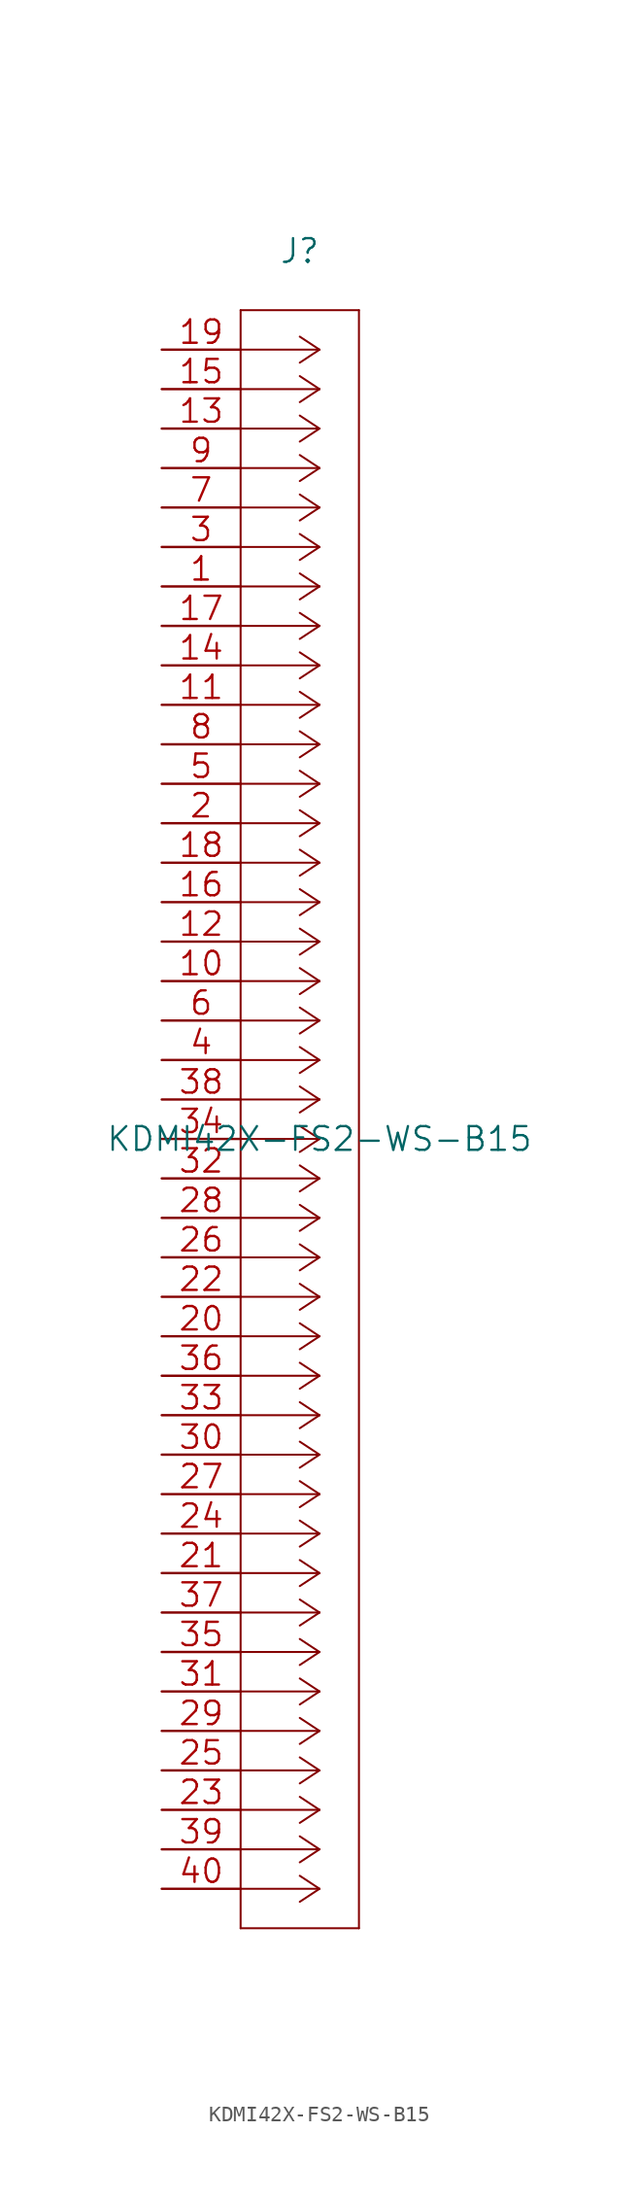
<source format=kicad_sym>
(kicad_symbol_lib
  (version 20220914)
  (generator kicad_symbol_editor)
  (symbol "KDMI42X-FS2-WS-B15"
    (pin_names
      (offset 0.254) hide)
    (property "Reference" "J"
      (at 8.89 6.35 0)
      (effects (font (size 1.524 1.524))))
    (property "Value" "KDMI42X-FS2-WS-B15"
      (at 10.16 -50.8 0)
      (effects (font (size 1.524 1.524))))
    (property "Datasheet" ""
      (at 0 0 0)
      (effects (font (size 1.524 1.524))))
    (symbol "KDMI42X-FS2-WS-B15_1_1"
      (polyline (pts (xy 5.08 -101.6) (xy 12.7 -101.6)) (stroke (width 0.127) (type solid)) (fill (type none)))
      (polyline (pts (xy 5.08 2.54) (xy 5.08 -101.6)) (stroke (width 0.127) (type solid)) (fill (type none)))
      (polyline (pts (xy 10.16 -99.06) (xy 5.08 -99.06)) (stroke (width 0.127) (type solid)) (fill (type none)))
      (polyline (pts (xy 10.16 -99.06) (xy 8.89 -99.898)) (stroke (width 0.127) (type solid)) (fill (type none)))
      (polyline (pts (xy 10.16 -99.06) (xy 8.89 -98.222)) (stroke (width 0.127) (type solid)) (fill (type none)))
      (polyline (pts (xy 10.16 -96.52) (xy 5.08 -96.52)) (stroke (width 0.127) (type solid)) (fill (type none)))
      (polyline (pts (xy 10.16 -96.52) (xy 8.89 -97.358)) (stroke (width 0.127) (type solid)) (fill (type none)))
      (polyline (pts (xy 10.16 -96.52) (xy 8.89 -95.682)) (stroke (width 0.127) (type solid)) (fill (type none)))
      (polyline (pts (xy 10.16 -93.98) (xy 5.08 -93.98)) (stroke (width 0.127) (type solid)) (fill (type none)))
      (polyline (pts (xy 10.16 -93.98) (xy 8.89 -94.818)) (stroke (width 0.127) (type solid)) (fill (type none)))
      (polyline (pts (xy 10.16 -93.98) (xy 8.89 -93.142)) (stroke (width 0.127) (type solid)) (fill (type none)))
      (polyline (pts (xy 10.16 -91.44) (xy 5.08 -91.44)) (stroke (width 0.127) (type solid)) (fill (type none)))
      (polyline (pts (xy 10.16 -91.44) (xy 8.89 -92.278)) (stroke (width 0.127) (type solid)) (fill (type none)))
      (polyline (pts (xy 10.16 -91.44) (xy 8.89 -90.602)) (stroke (width 0.127) (type solid)) (fill (type none)))
      (polyline (pts (xy 10.16 -88.9) (xy 5.08 -88.9)) (stroke (width 0.127) (type solid)) (fill (type none)))
      (polyline (pts (xy 10.16 -88.9) (xy 8.89 -89.738)) (stroke (width 0.127) (type solid)) (fill (type none)))
      (polyline (pts (xy 10.16 -88.9) (xy 8.89 -88.062)) (stroke (width 0.127) (type solid)) (fill (type none)))
      (polyline (pts (xy 10.16 -86.36) (xy 5.08 -86.36)) (stroke (width 0.127) (type solid)) (fill (type none)))
      (polyline (pts (xy 10.16 -86.36) (xy 8.89 -87.198)) (stroke (width 0.127) (type solid)) (fill (type none)))
      (polyline (pts (xy 10.16 -86.36) (xy 8.89 -85.522)) (stroke (width 0.127) (type solid)) (fill (type none)))
      (polyline (pts (xy 10.16 -83.82) (xy 5.08 -83.82)) (stroke (width 0.127) (type solid)) (fill (type none)))
      (polyline (pts (xy 10.16 -83.82) (xy 8.89 -84.658)) (stroke (width 0.127) (type solid)) (fill (type none)))
      (polyline (pts (xy 10.16 -83.82) (xy 8.89 -82.982)) (stroke (width 0.127) (type solid)) (fill (type none)))
      (polyline (pts (xy 10.16 -81.28) (xy 5.08 -81.28)) (stroke (width 0.127) (type solid)) (fill (type none)))
      (polyline (pts (xy 10.16 -81.28) (xy 8.89 -82.118)) (stroke (width 0.127) (type solid)) (fill (type none)))
      (polyline (pts (xy 10.16 -81.28) (xy 8.89 -80.442)) (stroke (width 0.127) (type solid)) (fill (type none)))
      (polyline (pts (xy 10.16 -78.74) (xy 5.08 -78.74)) (stroke (width 0.127) (type solid)) (fill (type none)))
      (polyline (pts (xy 10.16 -78.74) (xy 8.89 -79.578)) (stroke (width 0.127) (type solid)) (fill (type none)))
      (polyline (pts (xy 10.16 -78.74) (xy 8.89 -77.902)) (stroke (width 0.127) (type solid)) (fill (type none)))
      (polyline (pts (xy 10.16 -76.2) (xy 5.08 -76.2)) (stroke (width 0.127) (type solid)) (fill (type none)))
      (polyline (pts (xy 10.16 -76.2) (xy 8.89 -77.038)) (stroke (width 0.127) (type solid)) (fill (type none)))
      (polyline (pts (xy 10.16 -76.2) (xy 8.89 -75.362)) (stroke (width 0.127) (type solid)) (fill (type none)))
      (polyline (pts (xy 10.16 -73.66) (xy 5.08 -73.66)) (stroke (width 0.127) (type solid)) (fill (type none)))
      (polyline (pts (xy 10.16 -73.66) (xy 8.89 -74.498)) (stroke (width 0.127) (type solid)) (fill (type none)))
      (polyline (pts (xy 10.16 -73.66) (xy 8.89 -72.822)) (stroke (width 0.127) (type solid)) (fill (type none)))
      (polyline (pts (xy 10.16 -71.12) (xy 5.08 -71.12)) (stroke (width 0.127) (type solid)) (fill (type none)))
      (polyline (pts (xy 10.16 -71.12) (xy 8.89 -71.958)) (stroke (width 0.127) (type solid)) (fill (type none)))
      (polyline (pts (xy 10.16 -71.12) (xy 8.89 -70.282)) (stroke (width 0.127) (type solid)) (fill (type none)))
      (polyline (pts (xy 10.16 -68.58) (xy 5.08 -68.58)) (stroke (width 0.127) (type solid)) (fill (type none)))
      (polyline (pts (xy 10.16 -68.58) (xy 8.89 -69.418)) (stroke (width 0.127) (type solid)) (fill (type none)))
      (polyline (pts (xy 10.16 -68.58) (xy 8.89 -67.742)) (stroke (width 0.127) (type solid)) (fill (type none)))
      (polyline (pts (xy 10.16 -66.04) (xy 5.08 -66.04)) (stroke (width 0.127) (type solid)) (fill (type none)))
      (polyline (pts (xy 10.16 -66.04) (xy 8.89 -66.878)) (stroke (width 0.127) (type solid)) (fill (type none)))
      (polyline (pts (xy 10.16 -66.04) (xy 8.89 -65.202)) (stroke (width 0.127) (type solid)) (fill (type none)))
      (polyline (pts (xy 10.16 -63.5) (xy 5.08 -63.5)) (stroke (width 0.127) (type solid)) (fill (type none)))
      (polyline (pts (xy 10.16 -63.5) (xy 8.89 -64.338)) (stroke (width 0.127) (type solid)) (fill (type none)))
      (polyline (pts (xy 10.16 -63.5) (xy 8.89 -62.662)) (stroke (width 0.127) (type solid)) (fill (type none)))
      (polyline (pts (xy 10.16 -60.96) (xy 5.08 -60.96)) (stroke (width 0.127) (type solid)) (fill (type none)))
      (polyline (pts (xy 10.16 -60.96) (xy 8.89 -61.798)) (stroke (width 0.127) (type solid)) (fill (type none)))
      (polyline (pts (xy 10.16 -60.96) (xy 8.89 -60.122)) (stroke (width 0.127) (type solid)) (fill (type none)))
      (polyline (pts (xy 10.16 -58.42) (xy 5.08 -58.42)) (stroke (width 0.127) (type solid)) (fill (type none)))
      (polyline (pts (xy 10.16 -58.42) (xy 8.89 -59.258)) (stroke (width 0.127) (type solid)) (fill (type none)))
      (polyline (pts (xy 10.16 -58.42) (xy 8.89 -57.582)) (stroke (width 0.127) (type solid)) (fill (type none)))
      (polyline (pts (xy 10.16 -55.88) (xy 5.08 -55.88)) (stroke (width 0.127) (type solid)) (fill (type none)))
      (polyline (pts (xy 10.16 -55.88) (xy 8.89 -56.718)) (stroke (width 0.127) (type solid)) (fill (type none)))
      (polyline (pts (xy 10.16 -55.88) (xy 8.89 -55.042)) (stroke (width 0.127) (type solid)) (fill (type none)))
      (polyline (pts (xy 10.16 -53.34) (xy 5.08 -53.34)) (stroke (width 0.127) (type solid)) (fill (type none)))
      (polyline (pts (xy 10.16 -53.34) (xy 8.89 -54.178)) (stroke (width 0.127) (type solid)) (fill (type none)))
      (polyline (pts (xy 10.16 -53.34) (xy 8.89 -52.502)) (stroke (width 0.127) (type solid)) (fill (type none)))
      (polyline (pts (xy 10.16 -50.8) (xy 5.08 -50.8)) (stroke (width 0.127) (type solid)) (fill (type none)))
      (polyline (pts (xy 10.16 -50.8) (xy 8.89 -51.638)) (stroke (width 0.127) (type solid)) (fill (type none)))
      (polyline (pts (xy 10.16 -50.8) (xy 8.89 -49.962)) (stroke (width 0.127) (type solid)) (fill (type none)))
      (polyline (pts (xy 10.16 -48.26) (xy 5.08 -48.26)) (stroke (width 0.127) (type solid)) (fill (type none)))
      (polyline (pts (xy 10.16 -48.26) (xy 8.89 -49.098)) (stroke (width 0.127) (type solid)) (fill (type none)))
      (polyline (pts (xy 10.16 -48.26) (xy 8.89 -47.422)) (stroke (width 0.127) (type solid)) (fill (type none)))
      (polyline (pts (xy 10.16 -45.72) (xy 5.08 -45.72)) (stroke (width 0.127) (type solid)) (fill (type none)))
      (polyline (pts (xy 10.16 -45.72) (xy 8.89 -46.558)) (stroke (width 0.127) (type solid)) (fill (type none)))
      (polyline (pts (xy 10.16 -45.72) (xy 8.89 -44.882)) (stroke (width 0.127) (type solid)) (fill (type none)))
      (polyline (pts (xy 10.16 -43.18) (xy 5.08 -43.18)) (stroke (width 0.127) (type solid)) (fill (type none)))
      (polyline (pts (xy 10.16 -43.18) (xy 8.89 -44.018)) (stroke (width 0.127) (type solid)) (fill (type none)))
      (polyline (pts (xy 10.16 -43.18) (xy 8.89 -42.342)) (stroke (width 0.127) (type solid)) (fill (type none)))
      (polyline (pts (xy 10.16 -40.64) (xy 5.08 -40.64)) (stroke (width 0.127) (type solid)) (fill (type none)))
      (polyline (pts (xy 10.16 -40.64) (xy 8.89 -41.478)) (stroke (width 0.127) (type solid)) (fill (type none)))
      (polyline (pts (xy 10.16 -40.64) (xy 8.89 -39.802)) (stroke (width 0.127) (type solid)) (fill (type none)))
      (polyline (pts (xy 10.16 -38.1) (xy 5.08 -38.1)) (stroke (width 0.127) (type solid)) (fill (type none)))
      (polyline (pts (xy 10.16 -38.1) (xy 8.89 -38.938)) (stroke (width 0.127) (type solid)) (fill (type none)))
      (polyline (pts (xy 10.16 -38.1) (xy 8.89 -37.262)) (stroke (width 0.127) (type solid)) (fill (type none)))
      (polyline (pts (xy 10.16 -35.56) (xy 5.08 -35.56)) (stroke (width 0.127) (type solid)) (fill (type none)))
      (polyline (pts (xy 10.16 -35.56) (xy 8.89 -36.398)) (stroke (width 0.127) (type solid)) (fill (type none)))
      (polyline (pts (xy 10.16 -35.56) (xy 8.89 -34.722)) (stroke (width 0.127) (type solid)) (fill (type none)))
      (polyline (pts (xy 10.16 -33.02) (xy 5.08 -33.02)) (stroke (width 0.127) (type solid)) (fill (type none)))
      (polyline (pts (xy 10.16 -33.02) (xy 8.89 -33.858)) (stroke (width 0.127) (type solid)) (fill (type none)))
      (polyline (pts (xy 10.16 -33.02) (xy 8.89 -32.182)) (stroke (width 0.127) (type solid)) (fill (type none)))
      (polyline (pts (xy 10.16 -30.48) (xy 5.08 -30.48)) (stroke (width 0.127) (type solid)) (fill (type none)))
      (polyline (pts (xy 10.16 -30.48) (xy 8.89 -31.318)) (stroke (width 0.127) (type solid)) (fill (type none)))
      (polyline (pts (xy 10.16 -30.48) (xy 8.89 -29.642)) (stroke (width 0.127) (type solid)) (fill (type none)))
      (polyline (pts (xy 10.16 -27.94) (xy 5.08 -27.94)) (stroke (width 0.127) (type solid)) (fill (type none)))
      (polyline (pts (xy 10.16 -27.94) (xy 8.89 -28.778)) (stroke (width 0.127) (type solid)) (fill (type none)))
      (polyline (pts (xy 10.16 -27.94) (xy 8.89 -27.102)) (stroke (width 0.127) (type solid)) (fill (type none)))
      (polyline (pts (xy 10.16 -25.4) (xy 5.08 -25.4)) (stroke (width 0.127) (type solid)) (fill (type none)))
      (polyline (pts (xy 10.16 -25.4) (xy 8.89 -26.238)) (stroke (width 0.127) (type solid)) (fill (type none)))
      (polyline (pts (xy 10.16 -25.4) (xy 8.89 -24.562)) (stroke (width 0.127) (type solid)) (fill (type none)))
      (polyline (pts (xy 10.16 -22.86) (xy 5.08 -22.86)) (stroke (width 0.127) (type solid)) (fill (type none)))
      (polyline (pts (xy 10.16 -22.86) (xy 8.89 -23.698)) (stroke (width 0.127) (type solid)) (fill (type none)))
      (polyline (pts (xy 10.16 -22.86) (xy 8.89 -22.022)) (stroke (width 0.127) (type solid)) (fill (type none)))
      (polyline (pts (xy 10.16 -20.32) (xy 5.08 -20.32)) (stroke (width 0.127) (type solid)) (fill (type none)))
      (polyline (pts (xy 10.16 -20.32) (xy 8.89 -21.158)) (stroke (width 0.127) (type solid)) (fill (type none)))
      (polyline (pts (xy 10.16 -20.32) (xy 8.89 -19.482)) (stroke (width 0.127) (type solid)) (fill (type none)))
      (polyline (pts (xy 10.16 -17.78) (xy 5.08 -17.78)) (stroke (width 0.127) (type solid)) (fill (type none)))
      (polyline (pts (xy 10.16 -17.78) (xy 8.89 -18.618)) (stroke (width 0.127) (type solid)) (fill (type none)))
      (polyline (pts (xy 10.16 -17.78) (xy 8.89 -16.942)) (stroke (width 0.127) (type solid)) (fill (type none)))
      (polyline (pts (xy 10.16 -15.24) (xy 5.08 -15.24)) (stroke (width 0.127) (type solid)) (fill (type none)))
      (polyline (pts (xy 10.16 -15.24) (xy 8.89 -16.078)) (stroke (width 0.127) (type solid)) (fill (type none)))
      (polyline (pts (xy 10.16 -15.24) (xy 8.89 -14.402)) (stroke (width 0.127) (type solid)) (fill (type none)))
      (polyline (pts (xy 10.16 -12.7) (xy 5.08 -12.7)) (stroke (width 0.127) (type solid)) (fill (type none)))
      (polyline (pts (xy 10.16 -12.7) (xy 8.89 -13.538)) (stroke (width 0.127) (type solid)) (fill (type none)))
      (polyline (pts (xy 10.16 -12.7) (xy 8.89 -11.862)) (stroke (width 0.127) (type solid)) (fill (type none)))
      (polyline (pts (xy 10.16 -10.16) (xy 5.08 -10.16)) (stroke (width 0.127) (type solid)) (fill (type none)))
      (polyline (pts (xy 10.16 -10.16) (xy 8.89 -10.998)) (stroke (width 0.127) (type solid)) (fill (type none)))
      (polyline (pts (xy 10.16 -10.16) (xy 8.89 -9.322)) (stroke (width 0.127) (type solid)) (fill (type none)))
      (polyline (pts (xy 10.16 -7.62) (xy 5.08 -7.62)) (stroke (width 0.127) (type solid)) (fill (type none)))
      (polyline (pts (xy 10.16 -7.62) (xy 8.89 -8.458)) (stroke (width 0.127) (type solid)) (fill (type none)))
      (polyline (pts (xy 10.16 -7.62) (xy 8.89 -6.782)) (stroke (width 0.127) (type solid)) (fill (type none)))
      (polyline (pts (xy 10.16 -5.08) (xy 5.08 -5.08)) (stroke (width 0.127) (type solid)) (fill (type none)))
      (polyline (pts (xy 10.16 -5.08) (xy 8.89 -5.918)) (stroke (width 0.127) (type solid)) (fill (type none)))
      (polyline (pts (xy 10.16 -5.08) (xy 8.89 -4.242)) (stroke (width 0.127) (type solid)) (fill (type none)))
      (polyline (pts (xy 10.16 -2.54) (xy 5.08 -2.54)) (stroke (width 0.127) (type solid)) (fill (type none)))
      (polyline (pts (xy 10.16 -2.54) (xy 8.89 -3.378)) (stroke (width 0.127) (type solid)) (fill (type none)))
      (polyline (pts (xy 10.16 -2.54) (xy 8.89 -1.702)) (stroke (width 0.127) (type solid)) (fill (type none)))
      (polyline (pts (xy 10.16 0) (xy 5.08 0)) (stroke (width 0.127) (type solid)) (fill (type none)))
      (polyline (pts (xy 10.16 0) (xy 8.89 -0.838)) (stroke (width 0.127) (type solid)) (fill (type none)))
      (polyline (pts (xy 10.16 0) (xy 8.89 0.838)) (stroke (width 0.127) (type solid)) (fill (type none)))
      (polyline (pts (xy 12.7 -101.6) (xy 12.7 2.54)) (stroke (width 0.127) (type solid)) (fill (type none)))
      (polyline (pts (xy 12.7 2.54) (xy 5.08 2.54)) (stroke (width 0.127) (type solid)) (fill (type none)))
      (pin unspecified line (at 0 -15.24 0) (length 5.08) (name "1" (effects (font (size 1.499 1.499)))) (number "1" (effects (font (size 1.499 1.499)))))
      (pin unspecified line (at 0 -40.64 0) (length 5.08) (name "10" (effects (font (size 1.499 1.499)))) (number "10" (effects (font (size 1.499 1.499)))))
      (pin unspecified line (at 0 -22.86 0) (length 5.08) (name "11" (effects (font (size 1.499 1.499)))) (number "11" (effects (font (size 1.499 1.499)))))
      (pin unspecified line (at 0 -38.1 0) (length 5.08) (name "12" (effects (font (size 1.499 1.499)))) (number "12" (effects (font (size 1.499 1.499)))))
      (pin unspecified line (at 0 -5.08 0) (length 5.08) (name "13" (effects (font (size 1.499 1.499)))) (number "13" (effects (font (size 1.499 1.499)))))
      (pin unspecified line (at 0 -20.32 0) (length 5.08) (name "14" (effects (font (size 1.499 1.499)))) (number "14" (effects (font (size 1.499 1.499)))))
      (pin unspecified line (at 0 -2.54 0) (length 5.08) (name "15" (effects (font (size 1.499 1.499)))) (number "15" (effects (font (size 1.499 1.499)))))
      (pin unspecified line (at 0 -35.56 0) (length 5.08) (name "16" (effects (font (size 1.499 1.499)))) (number "16" (effects (font (size 1.499 1.499)))))
      (pin unspecified line (at 0 -17.78 0) (length 5.08) (name "17" (effects (font (size 1.499 1.499)))) (number "17" (effects (font (size 1.499 1.499)))))
      (pin unspecified line (at 0 -33.02 0) (length 5.08) (name "18" (effects (font (size 1.499 1.499)))) (number "18" (effects (font (size 1.499 1.499)))))
      (pin unspecified line (at 0 0 0) (length 5.08) (name "19" (effects (font (size 1.499 1.499)))) (number "19" (effects (font (size 1.499 1.499)))))
      (pin unspecified line (at 0 -30.48 0) (length 5.08) (name "2" (effects (font (size 1.499 1.499)))) (number "2" (effects (font (size 1.499 1.499)))))
      (pin unspecified line (at 0 -63.5 0) (length 5.08) (name "20" (effects (font (size 1.499 1.499)))) (number "20" (effects (font (size 1.499 1.499)))))
      (pin unspecified line (at 0 -78.74 0) (length 5.08) (name "21" (effects (font (size 1.499 1.499)))) (number "21" (effects (font (size 1.499 1.499)))))
      (pin unspecified line (at 0 -60.96 0) (length 5.08) (name "22" (effects (font (size 1.499 1.499)))) (number "22" (effects (font (size 1.499 1.499)))))
      (pin unspecified line (at 0 -93.98 0) (length 5.08) (name "23" (effects (font (size 1.499 1.499)))) (number "23" (effects (font (size 1.499 1.499)))))
      (pin unspecified line (at 0 -76.2 0) (length 5.08) (name "24" (effects (font (size 1.499 1.499)))) (number "24" (effects (font (size 1.499 1.499)))))
      (pin unspecified line (at 0 -91.44 0) (length 5.08) (name "25" (effects (font (size 1.499 1.499)))) (number "25" (effects (font (size 1.499 1.499)))))
      (pin unspecified line (at 0 -58.42 0) (length 5.08) (name "26" (effects (font (size 1.499 1.499)))) (number "26" (effects (font (size 1.499 1.499)))))
      (pin unspecified line (at 0 -73.66 0) (length 5.08) (name "27" (effects (font (size 1.499 1.499)))) (number "27" (effects (font (size 1.499 1.499)))))
      (pin unspecified line (at 0 -55.88 0) (length 5.08) (name "28" (effects (font (size 1.499 1.499)))) (number "28" (effects (font (size 1.499 1.499)))))
      (pin unspecified line (at 0 -88.9 0) (length 5.08) (name "29" (effects (font (size 1.499 1.499)))) (number "29" (effects (font (size 1.499 1.499)))))
      (pin unspecified line (at 0 -12.7 0) (length 5.08) (name "3" (effects (font (size 1.499 1.499)))) (number "3" (effects (font (size 1.499 1.499)))))
      (pin unspecified line (at 0 -71.12 0) (length 5.08) (name "30" (effects (font (size 1.499 1.499)))) (number "30" (effects (font (size 1.499 1.499)))))
      (pin unspecified line (at 0 -86.36 0) (length 5.08) (name "31" (effects (font (size 1.499 1.499)))) (number "31" (effects (font (size 1.499 1.499)))))
      (pin unspecified line (at 0 -53.34 0) (length 5.08) (name "32" (effects (font (size 1.499 1.499)))) (number "32" (effects (font (size 1.499 1.499)))))
      (pin unspecified line (at 0 -68.58 0) (length 5.08) (name "33" (effects (font (size 1.499 1.499)))) (number "33" (effects (font (size 1.499 1.499)))))
      (pin unspecified line (at 0 -50.8 0) (length 5.08) (name "34" (effects (font (size 1.499 1.499)))) (number "34" (effects (font (size 1.499 1.499)))))
      (pin unspecified line (at 0 -83.82 0) (length 5.08) (name "35" (effects (font (size 1.499 1.499)))) (number "35" (effects (font (size 1.499 1.499)))))
      (pin unspecified line (at 0 -66.04 0) (length 5.08) (name "36" (effects (font (size 1.499 1.499)))) (number "36" (effects (font (size 1.499 1.499)))))
      (pin unspecified line (at 0 -81.28 0) (length 5.08) (name "37" (effects (font (size 1.499 1.499)))) (number "37" (effects (font (size 1.499 1.499)))))
      (pin unspecified line (at 0 -48.26 0) (length 5.08) (name "38" (effects (font (size 1.499 1.499)))) (number "38" (effects (font (size 1.499 1.499)))))
      (pin unspecified line (at 0 -96.52 0) (length 5.08) (name "39" (effects (font (size 1.499 1.499)))) (number "39" (effects (font (size 1.499 1.499)))))
      (pin unspecified line (at 0 -45.72 0) (length 5.08) (name "4" (effects (font (size 1.499 1.499)))) (number "4" (effects (font (size 1.499 1.499)))))
      (pin unspecified line (at 0 -99.06 0) (length 5.08) (name "40" (effects (font (size 1.499 1.499)))) (number "40" (effects (font (size 1.499 1.499)))))
      (pin unspecified line (at 0 -27.94 0) (length 5.08) (name "5" (effects (font (size 1.499 1.499)))) (number "5" (effects (font (size 1.499 1.499)))))
      (pin unspecified line (at 0 -43.18 0) (length 5.08) (name "6" (effects (font (size 1.499 1.499)))) (number "6" (effects (font (size 1.499 1.499)))))
      (pin unspecified line (at 0 -10.16 0) (length 5.08) (name "7" (effects (font (size 1.499 1.499)))) (number "7" (effects (font (size 1.499 1.499)))))
      (pin unspecified line (at 0 -25.4 0) (length 5.08) (name "8" (effects (font (size 1.499 1.499)))) (number "8" (effects (font (size 1.499 1.499)))))
      (pin unspecified line (at 0 -7.62 0) (length 5.08) (name "9" (effects (font (size 1.499 1.499)))) (number "9" (effects (font (size 1.499 1.499))))))))
</source>
